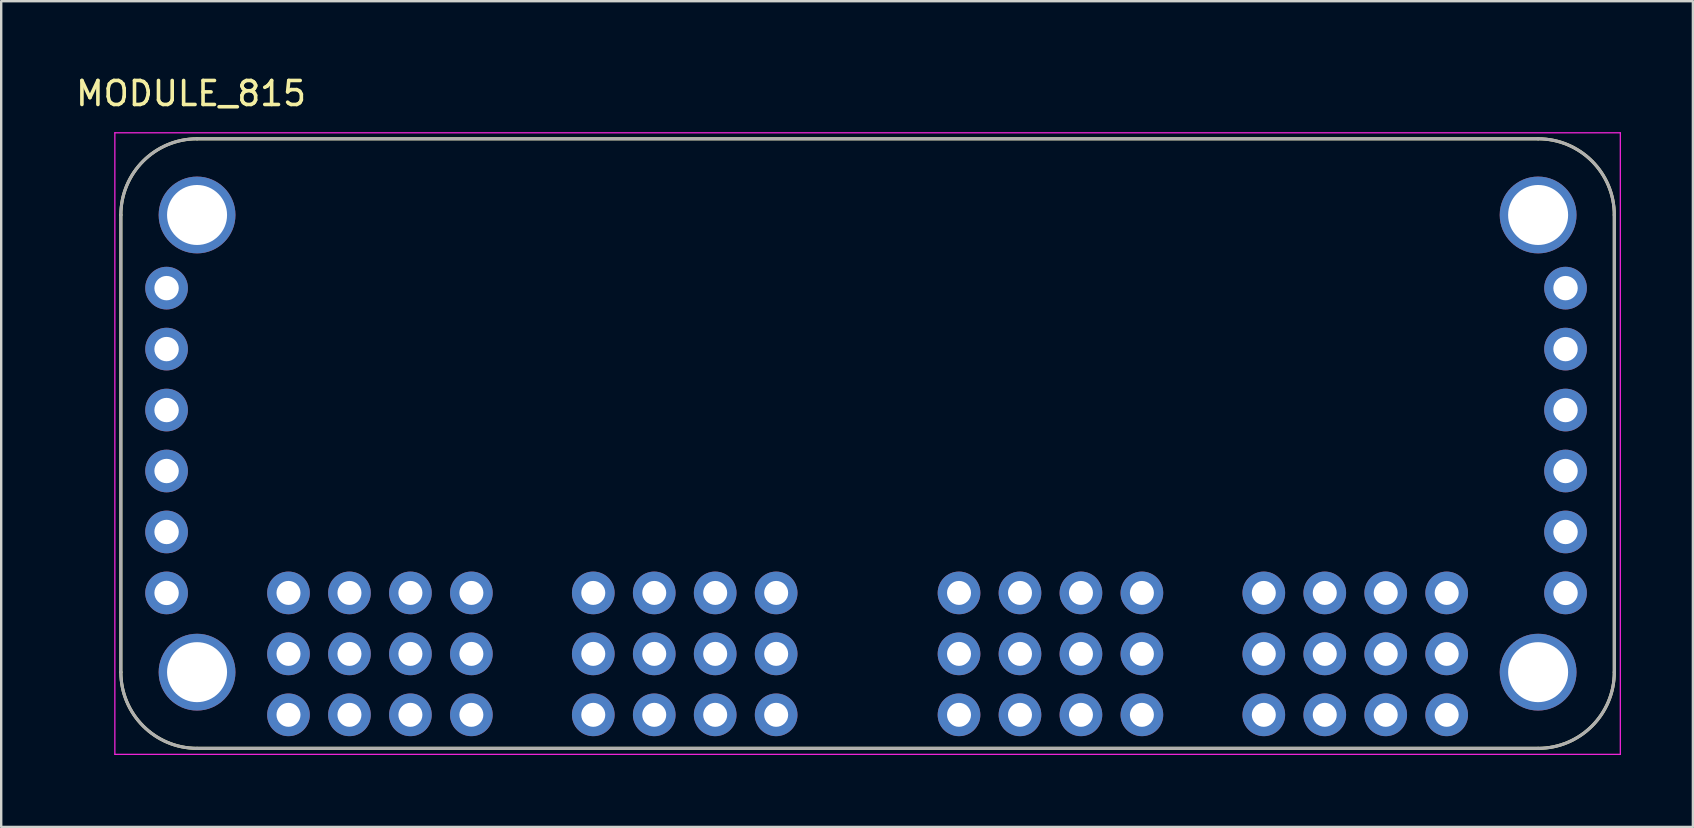
<source format=kicad_pcb>
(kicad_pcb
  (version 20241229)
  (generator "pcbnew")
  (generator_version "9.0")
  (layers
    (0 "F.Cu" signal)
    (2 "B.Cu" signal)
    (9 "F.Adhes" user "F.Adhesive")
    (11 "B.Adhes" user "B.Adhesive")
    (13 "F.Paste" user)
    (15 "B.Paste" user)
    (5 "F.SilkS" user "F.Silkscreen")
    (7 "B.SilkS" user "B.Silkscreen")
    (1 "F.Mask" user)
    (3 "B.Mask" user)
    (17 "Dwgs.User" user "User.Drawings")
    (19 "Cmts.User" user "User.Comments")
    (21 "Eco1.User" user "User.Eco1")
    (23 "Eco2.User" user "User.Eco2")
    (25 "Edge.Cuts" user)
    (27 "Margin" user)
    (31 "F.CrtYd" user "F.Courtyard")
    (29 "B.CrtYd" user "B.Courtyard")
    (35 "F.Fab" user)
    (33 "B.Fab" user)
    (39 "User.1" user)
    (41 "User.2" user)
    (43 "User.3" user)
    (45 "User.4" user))
  (footprint "MODULE_815"
    (layer "F.Cu")
    (at 33.101 15.433)
    (property "Reference" "MODULE_815" (at -28.19 -14.585 0) (layer "F.SilkS") (effects (font (size 1 1) (thickness 0.15))))
    (attr through_hole)
    (fp_line (start -31.115 9.525) (end -31.115 -9.525) (stroke (width 0.127) (type solid)) (layer "F.SilkS"))
    (fp_line (start -27.94 -12.7) (end 27.94 -12.7) (stroke (width 0.127) (type solid)) (layer "F.SilkS"))
    (fp_line (start 27.94 12.7) (end -27.94 12.7) (stroke (width 0.127) (type solid)) (layer "F.SilkS"))
    (fp_line (start 31.115 -9.525) (end 31.115 9.525) (stroke (width 0.127) (type solid)) (layer "F.SilkS"))
    (fp_arc (start -31.115 -9.525) (mid -30.185064 -11.770064) (end -27.94 -12.7) (stroke (width 0.127) (type solid)) (layer "F.SilkS"))
    (fp_arc (start -27.94 12.7) (mid -30.185064 11.770064) (end -31.115 9.525) (stroke (width 0.127) (type solid)) (layer "F.SilkS"))
    (fp_arc (start 27.94 -12.7) (mid 30.185064 -11.770064) (end 31.115 -9.525) (stroke (width 0.127) (type solid)) (layer "F.SilkS"))
    (fp_arc (start 31.115 9.525) (mid 30.185064 11.770064) (end 27.94 12.7) (stroke (width 0.127) (type solid)) (layer "F.SilkS"))
    (fp_line (start -31.365 -12.95) (end -31.365 12.95) (stroke (width 0.05) (type solid)) (layer "F.CrtYd"))
    (fp_line (start -31.365 12.95) (end 31.365 12.95) (stroke (width 0.05) (type solid)) (layer "F.CrtYd"))
    (fp_line (start 31.365 -12.95) (end -31.365 -12.95) (stroke (width 0.05) (type solid)) (layer "F.CrtYd"))
    (fp_line (start 31.365 12.95) (end 31.365 -12.95) (stroke (width 0.05) (type solid)) (layer "F.CrtYd"))
    (fp_line (start -31.115 9.525) (end -31.115 -9.525) (stroke (width 0.127) (type solid)) (layer "F.Fab"))
    (fp_line (start -27.94 -12.7) (end 27.94 -12.7) (stroke (width 0.127) (type solid)) (layer "F.Fab"))
    (fp_line (start 27.94 12.7) (end -27.94 12.7) (stroke (width 0.127) (type solid)) (layer "F.Fab"))
    (fp_line (start 31.115 -9.525) (end 31.115 9.525) (stroke (width 0.127) (type solid)) (layer "F.Fab"))
    (fp_arc (start -31.115 -9.525) (mid -30.185064 -11.770064) (end -27.94 -12.7) (stroke (width 0.127) (type solid)) (layer "F.Fab"))
    (fp_arc (start -27.94 12.7) (mid -30.185064 11.770064) (end -31.115 9.525) (stroke (width 0.127) (type solid)) (layer "F.Fab"))
    (fp_arc (start 27.94 -12.7) (mid 30.185064 -11.770064) (end 31.115 -9.525) (stroke (width 0.127) (type solid)) (layer "F.Fab"))
    (fp_arc (start 31.115 9.525) (mid 30.185064 11.770064) (end 27.94 12.7) (stroke (width 0.127) (type solid)) (layer "F.Fab"))
    (pad "0" thru_hole circle (at -24.13 6.223) (size 1.778 1.778) (drill 1) (layers "*.Cu" "*.Mask"))
    (pad "1" thru_hole circle (at -21.59 6.223) (size 1.778 1.778) (drill 1) (layers "*.Cu" "*.Mask"))
    (pad "2" thru_hole circle (at -19.05 6.223) (size 1.778 1.778) (drill 1) (layers "*.Cu" "*.Mask"))
    (pad "3" thru_hole circle (at -16.51 6.223) (size 1.778 1.778) (drill 1) (layers "*.Cu" "*.Mask"))
    (pad "4" thru_hole circle (at -11.43 6.223) (size 1.778 1.778) (drill 1) (layers "*.Cu" "*.Mask"))
    (pad "5" thru_hole circle (at -8.89 6.223) (size 1.778 1.778) (drill 1) (layers "*.Cu" "*.Mask"))
    (pad "6" thru_hole circle (at -6.35 6.223) (size 1.778 1.778) (drill 1) (layers "*.Cu" "*.Mask"))
    (pad "7" thru_hole circle (at -3.81 6.223) (size 1.778 1.778) (drill 1) (layers "*.Cu" "*.Mask"))
    (pad "8" thru_hole circle (at 3.81 6.223) (size 1.778 1.778) (drill 1) (layers "*.Cu" "*.Mask"))
    (pad "9" thru_hole circle (at 6.35 6.223) (size 1.778 1.778) (drill 1) (layers "*.Cu" "*.Mask"))
    (pad "10" thru_hole circle (at 8.89 6.223) (size 1.778 1.778) (drill 1) (layers "*.Cu" "*.Mask"))
    (pad "11" thru_hole circle (at 11.43 6.223) (size 1.778 1.778) (drill 1) (layers "*.Cu" "*.Mask"))
    (pad "12" thru_hole circle (at 16.51 6.223) (size 1.778 1.778) (drill 1) (layers "*.Cu" "*.Mask"))
    (pad "13" thru_hole circle (at 19.05 6.223) (size 1.778 1.778) (drill 1) (layers "*.Cu" "*.Mask"))
    (pad "14" thru_hole circle (at 21.59 6.223) (size 1.778 1.778) (drill 1) (layers "*.Cu" "*.Mask"))
    (pad "15" thru_hole circle (at 24.13 6.223) (size 1.778 1.778) (drill 1) (layers "*.Cu" "*.Mask"))
    (pad "GND_1" thru_hole circle (at -29.21 -6.477) (size 1.778 1.778) (drill 1.016) (layers "*.Cu" "*.Mask"))
    (pad "GND_2" thru_hole circle (at 29.083 -6.477) (size 1.778 1.778) (drill 1.016) (layers "*.Cu" "*.Mask"))
    (pad "GND_3" thru_hole circle (at -24.13 11.303) (size 1.778 1.778) (drill 1) (layers "*.Cu" "*.Mask"))
    (pad "GND_4" thru_hole circle (at -21.59 11.303) (size 1.778 1.778) (drill 1) (layers "*.Cu" "*.Mask"))
    (pad "GND_5" thru_hole circle (at -19.05 11.303) (size 1.778 1.778) (drill 1) (layers "*.Cu" "*.Mask"))
    (pad "GND_6" thru_hole circle (at -16.51 11.303) (size 1.778 1.778) (drill 1) (layers "*.Cu" "*.Mask"))
    (pad "GND_7" thru_hole circle (at -11.43 11.303) (size 1.778 1.778) (drill 1) (layers "*.Cu" "*.Mask"))
    (pad "GND_8" thru_hole circle (at -8.89 11.303) (size 1.778 1.778) (drill 1) (layers "*.Cu" "*.Mask"))
    (pad "GND_9" thru_hole circle (at -6.35 11.303) (size 1.778 1.778) (drill 1) (layers "*.Cu" "*.Mask"))
    (pad "GND_10" thru_hole circle (at -3.81 11.303) (size 1.778 1.778) (drill 1) (layers "*.Cu" "*.Mask"))
    (pad "GND_11" thru_hole circle (at 3.81 11.303) (size 1.778 1.778) (drill 1) (layers "*.Cu" "*.Mask"))
    (pad "GND_12" thru_hole circle (at 6.35 11.303) (size 1.778 1.778) (drill 1) (layers "*.Cu" "*.Mask"))
    (pad "GND_13" thru_hole circle (at 8.89 11.303) (size 1.778 1.778) (drill 1) (layers "*.Cu" "*.Mask"))
    (pad "GND_14" thru_hole circle (at 11.43 11.303) (size 1.778 1.778) (drill 1) (layers "*.Cu" "*.Mask"))
    (pad "GND_15" thru_hole circle (at 16.51 11.303) (size 1.778 1.778) (drill 1) (layers "*.Cu" "*.Mask"))
    (pad "GND_16" thru_hole circle (at 19.05 11.303) (size 1.778 1.778) (drill 1) (layers "*.Cu" "*.Mask"))
    (pad "GND_17" thru_hole circle (at 21.59 11.303) (size 1.778 1.778) (drill 1) (layers "*.Cu" "*.Mask"))
    (pad "GND_18" thru_hole circle (at 24.13 11.303) (size 1.778 1.778) (drill 1) (layers "*.Cu" "*.Mask"))
    (pad "OE_1" thru_hole circle (at -29.21 -3.937) (size 1.778 1.778) (drill 1.016) (layers "*.Cu" "*.Mask"))
    (pad "OE_2" thru_hole circle (at 29.083 -3.937) (size 1.778 1.778) (drill 1.016) (layers "*.Cu" "*.Mask"))
    (pad "S1" thru_hole circle (at -27.94 -9.525) (size 3.2 3.2) (drill 2.5) (layers "*.Cu" "*.Mask"))
    (pad "S2" thru_hole circle (at 27.94 -9.525) (size 3.2 3.2) (drill 2.5) (layers "*.Cu" "*.Mask"))
    (pad "S3" thru_hole circle (at -27.94 9.525) (size 3.2 3.2) (drill 2.5) (layers "*.Cu" "*.Mask"))
    (pad "S4" thru_hole circle (at 27.94 9.525) (size 3.2 3.2) (drill 2.5) (layers "*.Cu" "*.Mask"))
    (pad "SCL_1" thru_hole circle (at -29.21 -1.397) (size 1.778 1.778) (drill 1.016) (layers "*.Cu" "*.Mask"))
    (pad "SCL_2" thru_hole circle (at 29.083 -1.397) (size 1.778 1.778) (drill 1.016) (layers "*.Cu" "*.Mask"))
    (pad "SDA_1" thru_hole circle (at -29.21 1.143) (size 1.778 1.778) (drill 1.016) (layers "*.Cu" "*.Mask"))
    (pad "SDA_2" thru_hole circle (at 29.083 1.143) (size 1.778 1.778) (drill 1.016) (layers "*.Cu" "*.Mask"))
    (pad "V+_1" thru_hole circle (at -29.21 6.223) (size 1.778 1.778) (drill 1.016) (layers "*.Cu" "*.Mask"))
    (pad "V+_2" thru_hole circle (at 29.083 6.223) (size 1.778 1.778) (drill 1.016) (layers "*.Cu" "*.Mask"))
    (pad "V+_3" thru_hole circle (at -24.13 8.763) (size 1.778 1.778) (drill 1) (layers "*.Cu" "*.Mask"))
    (pad "V+_4" thru_hole circle (at -21.59 8.763) (size 1.778 1.778) (drill 1) (layers "*.Cu" "*.Mask"))
    (pad "V+_5" thru_hole circle (at -19.05 8.763) (size 1.778 1.778) (drill 1) (layers "*.Cu" "*.Mask"))
    (pad "V+_6" thru_hole circle (at -16.51 8.763) (size 1.778 1.778) (drill 1) (layers "*.Cu" "*.Mask"))
    (pad "V+_7" thru_hole circle (at -11.43 8.763) (size 1.778 1.778) (drill 1) (layers "*.Cu" "*.Mask"))
    (pad "V+_8" thru_hole circle (at -8.89 8.763) (size 1.778 1.778) (drill 1) (layers "*.Cu" "*.Mask"))
    (pad "V+_9" thru_hole circle (at -6.35 8.763) (size 1.778 1.778) (drill 1) (layers "*.Cu" "*.Mask"))
    (pad "V+_10" thru_hole circle (at -3.81 8.763) (size 1.778 1.778) (drill 1) (layers "*.Cu" "*.Mask"))
    (pad "V+_11" thru_hole circle (at 3.81 8.763) (size 1.778 1.778) (drill 1) (layers "*.Cu" "*.Mask"))
    (pad "V+_12" thru_hole circle (at 6.35 8.763) (size 1.778 1.778) (drill 1) (layers "*.Cu" "*.Mask"))
    (pad "V+_13" thru_hole circle (at 8.89 8.763) (size 1.778 1.778) (drill 1) (layers "*.Cu" "*.Mask"))
    (pad "V+_14" thru_hole circle (at 11.43 8.763) (size 1.778 1.778) (drill 1) (layers "*.Cu" "*.Mask"))
    (pad "V+_15" thru_hole circle (at 16.51 8.763) (size 1.778 1.778) (drill 1) (layers "*.Cu" "*.Mask"))
    (pad "V+_16" thru_hole circle (at 19.05 8.763) (size 1.778 1.778) (drill 1) (layers "*.Cu" "*.Mask"))
    (pad "V+_17" thru_hole circle (at 21.59 8.763) (size 1.778 1.778) (drill 1) (layers "*.Cu" "*.Mask"))
    (pad "V+_18" thru_hole circle (at 24.13 8.763) (size 1.778 1.778) (drill 1) (layers "*.Cu" "*.Mask"))
    (pad "VCC_1" thru_hole circle (at -29.21 3.683) (size 1.778 1.778) (drill 1.016) (layers "*.Cu" "*.Mask"))
    (pad "VCC_2" thru_hole circle (at 29.083 3.683) (size 1.778 1.778) (drill 1.016) (layers "*.Cu" "*.Mask")))
  (gr_rect
    (start -3 -3)
    (end 67.491 31.408)
    (stroke (width 0.1) (type default))
    (fill no)
    (layer "Edge.Cuts")))
</source>
